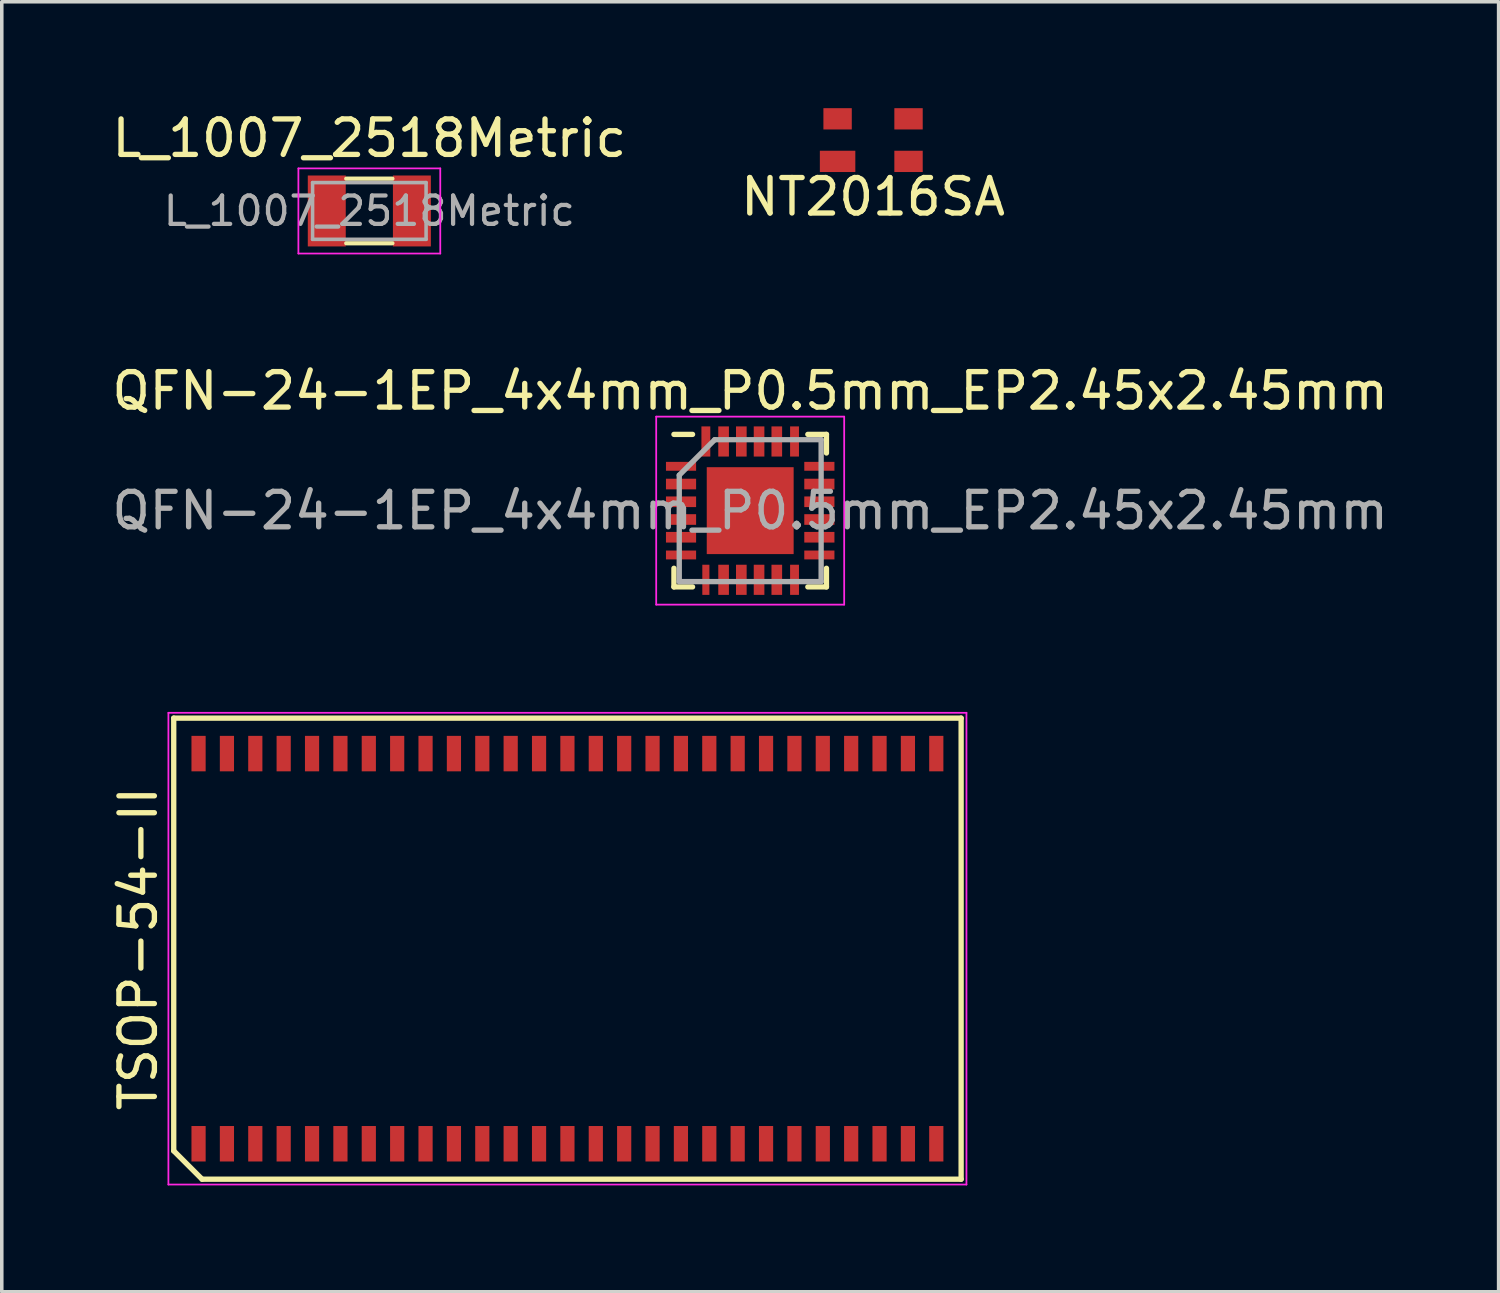
<source format=kicad_pcb>
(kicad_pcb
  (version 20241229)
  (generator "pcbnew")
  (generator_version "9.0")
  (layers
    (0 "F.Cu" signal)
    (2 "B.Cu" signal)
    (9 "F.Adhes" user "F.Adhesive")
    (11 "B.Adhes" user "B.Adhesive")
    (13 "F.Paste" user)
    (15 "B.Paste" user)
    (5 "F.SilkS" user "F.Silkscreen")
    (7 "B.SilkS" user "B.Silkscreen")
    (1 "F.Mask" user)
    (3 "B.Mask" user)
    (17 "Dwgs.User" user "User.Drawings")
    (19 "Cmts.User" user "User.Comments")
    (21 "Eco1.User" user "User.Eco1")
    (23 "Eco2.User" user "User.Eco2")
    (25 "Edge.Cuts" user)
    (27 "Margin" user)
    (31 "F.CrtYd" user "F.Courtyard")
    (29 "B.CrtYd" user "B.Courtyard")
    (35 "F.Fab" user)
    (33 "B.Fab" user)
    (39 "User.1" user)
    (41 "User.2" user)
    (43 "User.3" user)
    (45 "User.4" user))
  (footprint "L_1007_2518Metric"
    (layer "F.Cu")
    (at 7.363 2.898)
    (property "Reference" "L_1007_2518Metric" (at 0 -2.05 0) (layer "F.SilkS") (effects (font (size 1 1) (thickness 0.15))))
    (attr smd)
    (fp_line (start -0.65 -0.91) (end 0.65 -0.91) (stroke (width 0.12) (type solid)) (layer "F.SilkS"))
    (fp_line (start -0.65 0.91) (end 0.65 0.91) (stroke (width 0.12) (type solid)) (layer "F.SilkS"))
    (fp_line (start -2 -1.2) (end 2 -1.2) (stroke (width 0.05) (type solid)) (layer "F.CrtYd"))
    (fp_line (start -2 1.2) (end -2 -1.2) (stroke (width 0.05) (type solid)) (layer "F.CrtYd"))
    (fp_line (start 2 -1.2) (end 2 1.2) (stroke (width 0.05) (type solid)) (layer "F.CrtYd"))
    (fp_line (start 2 1.2) (end -2 1.2) (stroke (width 0.05) (type solid)) (layer "F.CrtYd"))
    (fp_line (start -1.6 -0.8) (end 1.6 -0.8) (stroke (width 0.1) (type solid)) (layer "F.Fab"))
    (fp_line (start -1.6 0.8) (end -1.6 -0.8) (stroke (width 0.1) (type solid)) (layer "F.Fab"))
    (fp_line (start 1.6 -0.8) (end 1.6 0.8) (stroke (width 0.1) (type solid)) (layer "F.Fab"))
    (fp_line (start 1.6 0.8) (end -1.6 0.8) (stroke (width 0.1) (type solid)) (layer "F.Fab"))
    (fp_text user "${REFERENCE}" (at 0 0 0) (layer "F.Fab") (effects (font (size 0.8 0.8) (thickness 0.12))))
    (pad "1" smd rect (at -1.2 0) (size 1.07 2) (layers "F.Cu" "F.Mask" "F.Paste"))
    (pad "2" smd rect (at 1.2 0) (size 1.07 2) (layers "F.Cu" "F.Mask" "F.Paste")))
  (footprint "QFN-24-1EP_4x4mm_P0.5mm_EP2.45x2.45mm"
    (layer "F.Cu")
    (at 18.101 11.347)
    (property "Reference" "QFN-24-1EP_4x4mm_P0.5mm_EP2.45x2.45mm" (at 0 -3.375 0) (layer "F.SilkS") (effects (font (size 1 1) (thickness 0.15))))
    (attr smd)
    (fp_line (start -2.15 -2.15) (end -1.625 -2.15) (stroke (width 0.15) (type solid)) (layer "F.SilkS"))
    (fp_line (start -2.15 2.15) (end -2.15 1.625) (stroke (width 0.15) (type solid)) (layer "F.SilkS"))
    (fp_line (start -2.15 2.15) (end -1.625 2.15) (stroke (width 0.15) (type solid)) (layer "F.SilkS"))
    (fp_line (start 2.15 -2.15) (end 1.625 -2.15) (stroke (width 0.15) (type solid)) (layer "F.SilkS"))
    (fp_line (start 2.15 -2.15) (end 2.15 -1.625) (stroke (width 0.15) (type solid)) (layer "F.SilkS"))
    (fp_line (start 2.15 2.15) (end 1.625 2.15) (stroke (width 0.15) (type solid)) (layer "F.SilkS"))
    (fp_line (start 2.15 2.15) (end 2.15 1.625) (stroke (width 0.15) (type solid)) (layer "F.SilkS"))
    (fp_line (start -2.65 -2.65) (end -2.65 2.65) (stroke (width 0.05) (type solid)) (layer "F.CrtYd"))
    (fp_line (start -2.65 -2.65) (end 2.65 -2.65) (stroke (width 0.05) (type solid)) (layer "F.CrtYd"))
    (fp_line (start -2.65 2.65) (end 2.65 2.65) (stroke (width 0.05) (type solid)) (layer "F.CrtYd"))
    (fp_line (start 2.65 -2.65) (end 2.65 2.65) (stroke (width 0.05) (type solid)) (layer "F.CrtYd"))
    (fp_line (start -2 -1) (end -1 -2) (stroke (width 0.15) (type solid)) (layer "F.Fab"))
    (fp_line (start -2 2) (end -2 -1) (stroke (width 0.15) (type solid)) (layer "F.Fab"))
    (fp_line (start -1 -2) (end 2 -2) (stroke (width 0.15) (type solid)) (layer "F.Fab"))
    (fp_line (start 2 -2) (end 2 2) (stroke (width 0.15) (type solid)) (layer "F.Fab"))
    (fp_line (start 2 2) (end -2 2) (stroke (width 0.15) (type solid)) (layer "F.Fab"))
    (fp_text user "${REFERENCE}" (at 0 0 0) (layer "F.Fab") (effects (font (size 1 1) (thickness 0.15))))
    (pad "" smd rect (at -0.65 -0.65) (size 1.05 1.05) (layers "F.Paste"))
    (pad "" smd rect (at -0.65 0.65) (size 1.05 1.05) (layers "F.Paste"))
    (pad "" smd rect (at 0.65 -0.65) (size 1.05 1.05) (layers "F.Paste"))
    (pad "" smd rect (at 0.65 0.65) (size 1.05 1.05) (layers "F.Paste"))
    (pad "1" smd rect (at -1.95 -1.25) (size 0.85 0.25) (layers "F.Cu" "F.Mask" "F.Paste"))
    (pad "2" smd rect (at -1.95 -0.75) (size 0.85 0.3) (layers "F.Cu" "F.Mask" "F.Paste"))
    (pad "3" smd rect (at -1.95 -0.25) (size 0.85 0.3) (layers "F.Cu" "F.Mask" "F.Paste"))
    (pad "4" smd rect (at -1.95 0.25) (size 0.85 0.3) (layers "F.Cu" "F.Mask" "F.Paste"))
    (pad "5" smd rect (at -1.95 0.75) (size 0.85 0.3) (layers "F.Cu" "F.Mask" "F.Paste"))
    (pad "6" smd rect (at -1.95 1.25) (size 0.85 0.25) (layers "F.Cu" "F.Mask" "F.Paste"))
    (pad "7" smd rect (at -1.25 1.95 90) (size 0.85 0.2) (layers "F.Cu" "F.Mask" "F.Paste"))
    (pad "8" smd rect (at -0.75 1.95 90) (size 0.85 0.3) (layers "F.Cu" "F.Mask" "F.Paste"))
    (pad "9" smd rect (at -0.25 1.95 90) (size 0.85 0.3) (layers "F.Cu" "F.Mask" "F.Paste"))
    (pad "10" smd rect (at 0.25 1.95 90) (size 0.85 0.3) (layers "F.Cu" "F.Mask" "F.Paste"))
    (pad "11" smd rect (at 0.75 1.95 90) (size 0.85 0.3) (layers "F.Cu" "F.Mask" "F.Paste"))
    (pad "12" smd rect (at 1.25 1.95 90) (size 0.85 0.25) (layers "F.Cu" "F.Mask" "F.Paste"))
    (pad "13" smd rect (at 1.95 1.25) (size 0.85 0.25) (layers "F.Cu" "F.Mask" "F.Paste"))
    (pad "14" smd rect (at 1.95 0.75) (size 0.85 0.3) (layers "F.Cu" "F.Mask" "F.Paste"))
    (pad "15" smd rect (at 1.95 0.25) (size 0.85 0.3) (layers "F.Cu" "F.Mask" "F.Paste"))
    (pad "16" smd rect (at 1.95 -0.25) (size 0.85 0.3) (layers "F.Cu" "F.Mask" "F.Paste"))
    (pad "17" smd rect (at 1.95 -0.75) (size 0.85 0.3) (layers "F.Cu" "F.Mask" "F.Paste"))
    (pad "18" smd rect (at 1.95 -1.25) (size 0.85 0.25) (layers "F.Cu" "F.Mask" "F.Paste"))
    (pad "19" smd rect (at 1.25 -1.95 90) (size 0.85 0.25) (layers "F.Cu" "F.Mask" "F.Paste"))
    (pad "20" smd rect (at 0.75 -1.95 90) (size 0.85 0.3) (layers "F.Cu" "F.Mask" "F.Paste"))
    (pad "21" smd rect (at 0.25 -1.95 90) (size 0.85 0.3) (layers "F.Cu" "F.Mask" "F.Paste"))
    (pad "22" smd rect (at -0.25 -1.95 90) (size 0.85 0.3) (layers "F.Cu" "F.Mask" "F.Paste"))
    (pad "23" smd rect (at -0.75 -1.95 90) (size 0.85 0.3) (layers "F.Cu" "F.Mask" "F.Paste"))
    (pad "24" smd rect (at -1.25 -1.95 90) (size 0.85 0.25) (layers "F.Cu" "F.Mask" "F.Paste"))
    (pad "25" smd rect (at 0 0) (size 2.45 2.45) (layers "F.Cu" "F.Mask")))
  (footprint "TSOP-54-II"
    (layer "F.Cu")
    (at 12.948 23.697)
    (property "Reference" "TSOP-54-II" (at -12.1 0 90) (layer "F.SilkS") (effects (font (size 1 1) (thickness 0.15))))
    (attr smd)
    (fp_line (start -11.1 -6.5) (end 11.1 -6.5) (stroke (width 0.15) (type solid)) (layer "F.SilkS"))
    (fp_line (start -11.1 5.7) (end -11.1 -6.5) (stroke (width 0.15) (type solid)) (layer "F.SilkS"))
    (fp_line (start -10.3 6.5) (end -11.1 5.7) (stroke (width 0.15) (type solid)) (layer "F.SilkS"))
    (fp_line (start 11.1 -6.5) (end 11.1 6.5) (stroke (width 0.15) (type solid)) (layer "F.SilkS"))
    (fp_line (start 11.1 6.5) (end -10.3 6.5) (stroke (width 0.15) (type solid)) (layer "F.SilkS"))
    (fp_line (start -11.25 -6.65) (end 11.25 -6.65) (stroke (width 0.05) (type solid)) (layer "F.CrtYd"))
    (fp_line (start -11.25 6.65) (end -11.25 -6.65) (stroke (width 0.05) (type solid)) (layer "F.CrtYd"))
    (fp_line (start 11.25 -6.65) (end 11.25 6.65) (stroke (width 0.05) (type solid)) (layer "F.CrtYd"))
    (fp_line (start 11.25 6.65) (end -11.25 6.65) (stroke (width 0.05) (type solid)) (layer "F.CrtYd"))
    (pad "1" smd rect (at -10.4 5.5) (size 0.4 1) (layers "F.Cu" "F.Mask" "F.Paste"))
    (pad "2" smd rect (at -9.6 5.5) (size 0.4 1) (layers "F.Cu" "F.Mask" "F.Paste"))
    (pad "3" smd rect (at -8.8 5.5) (size 0.4 1) (layers "F.Cu" "F.Mask" "F.Paste"))
    (pad "4" smd rect (at -8 5.5) (size 0.4 1) (layers "F.Cu" "F.Mask" "F.Paste"))
    (pad "5" smd rect (at -7.2 5.5) (size 0.4 1) (layers "F.Cu" "F.Mask" "F.Paste"))
    (pad "6" smd rect (at -6.4 5.5) (size 0.4 1) (layers "F.Cu" "F.Mask" "F.Paste"))
    (pad "7" smd rect (at -5.6 5.5) (size 0.4 1) (layers "F.Cu" "F.Mask" "F.Paste"))
    (pad "8" smd rect (at -4.8 5.5) (size 0.4 1) (layers "F.Cu" "F.Mask" "F.Paste"))
    (pad "9" smd rect (at -4 5.5) (size 0.4 1) (layers "F.Cu" "F.Mask" "F.Paste"))
    (pad "10" smd rect (at -3.2 5.5) (size 0.4 1) (layers "F.Cu" "F.Mask" "F.Paste"))
    (pad "11" smd rect (at -2.4 5.5) (size 0.4 1) (layers "F.Cu" "F.Mask" "F.Paste"))
    (pad "12" smd rect (at -1.6 5.5) (size 0.4 1) (layers "F.Cu" "F.Mask" "F.Paste"))
    (pad "13" smd rect (at -0.8 5.5) (size 0.4 1) (layers "F.Cu" "F.Mask" "F.Paste"))
    (pad "14" smd rect (at 0 5.5) (size 0.4 1) (layers "F.Cu" "F.Mask" "F.Paste"))
    (pad "15" smd rect (at 0.8 5.5) (size 0.4 1) (layers "F.Cu" "F.Mask" "F.Paste"))
    (pad "16" smd rect (at 1.6 5.5) (size 0.4 1) (layers "F.Cu" "F.Mask" "F.Paste"))
    (pad "17" smd rect (at 2.4 5.5) (size 0.4 1) (layers "F.Cu" "F.Mask" "F.Paste"))
    (pad "18" smd rect (at 3.2 5.5) (size 0.4 1) (layers "F.Cu" "F.Mask" "F.Paste"))
    (pad "19" smd rect (at 4 5.5) (size 0.4 1) (layers "F.Cu" "F.Mask" "F.Paste"))
    (pad "20" smd rect (at 4.8 5.5) (size 0.4 1) (layers "F.Cu" "F.Mask" "F.Paste"))
    (pad "21" smd rect (at 5.6 5.5) (size 0.4 1) (layers "F.Cu" "F.Mask" "F.Paste"))
    (pad "22" smd rect (at 6.4 5.5) (size 0.4 1) (layers "F.Cu" "F.Mask" "F.Paste"))
    (pad "23" smd rect (at 7.2 5.5) (size 0.4 1) (layers "F.Cu" "F.Mask" "F.Paste"))
    (pad "24" smd rect (at 8 5.5) (size 0.4 1) (layers "F.Cu" "F.Mask" "F.Paste"))
    (pad "25" smd rect (at 8.8 5.5) (size 0.4 1) (layers "F.Cu" "F.Mask" "F.Paste"))
    (pad "26" smd rect (at 9.6 5.5) (size 0.4 1) (layers "F.Cu" "F.Mask" "F.Paste"))
    (pad "27" smd rect (at 10.4 5.5) (size 0.4 1) (layers "F.Cu" "F.Mask" "F.Paste"))
    (pad "28" smd rect (at 10.4 -5.5) (size 0.4 1) (layers "F.Cu" "F.Mask" "F.Paste"))
    (pad "29" smd rect (at 9.6 -5.5) (size 0.4 1) (layers "F.Cu" "F.Mask" "F.Paste"))
    (pad "30" smd rect (at 8.8 -5.5) (size 0.4 1) (layers "F.Cu" "F.Mask" "F.Paste"))
    (pad "31" smd rect (at 8 -5.5) (size 0.4 1) (layers "F.Cu" "F.Mask" "F.Paste"))
    (pad "32" smd rect (at 7.2 -5.5) (size 0.4 1) (layers "F.Cu" "F.Mask" "F.Paste"))
    (pad "33" smd rect (at 6.4 -5.5) (size 0.4 1) (layers "F.Cu" "F.Mask" "F.Paste"))
    (pad "34" smd rect (at 5.6 -5.5) (size 0.4 1) (layers "F.Cu" "F.Mask" "F.Paste"))
    (pad "35" smd rect (at 4.8 -5.5) (size 0.4 1) (layers "F.Cu" "F.Mask" "F.Paste"))
    (pad "36" smd rect (at 4 -5.5) (size 0.4 1) (layers "F.Cu" "F.Mask" "F.Paste"))
    (pad "37" smd rect (at 3.2 -5.5) (size 0.4 1) (layers "F.Cu" "F.Mask" "F.Paste"))
    (pad "38" smd rect (at 2.4 -5.5) (size 0.4 1) (layers "F.Cu" "F.Mask" "F.Paste"))
    (pad "39" smd rect (at 1.6 -5.5) (size 0.4 1) (layers "F.Cu" "F.Mask" "F.Paste"))
    (pad "40" smd rect (at 0.8 -5.5) (size 0.4 1) (layers "F.Cu" "F.Mask" "F.Paste"))
    (pad "41" smd rect (at 0 -5.5) (size 0.4 1) (layers "F.Cu" "F.Mask" "F.Paste"))
    (pad "42" smd rect (at -0.8 -5.5) (size 0.4 1) (layers "F.Cu" "F.Mask" "F.Paste"))
    (pad "43" smd rect (at -1.6 -5.5) (size 0.4 1) (layers "F.Cu" "F.Mask" "F.Paste"))
    (pad "44" smd rect (at -2.4 -5.5) (size 0.4 1) (layers "F.Cu" "F.Mask" "F.Paste"))
    (pad "45" smd rect (at -3.2 -5.5) (size 0.4 1) (layers "F.Cu" "F.Mask" "F.Paste"))
    (pad "46" smd rect (at -4 -5.5) (size 0.4 1) (layers "F.Cu" "F.Mask" "F.Paste"))
    (pad "47" smd rect (at -4.8 -5.5) (size 0.4 1) (layers "F.Cu" "F.Mask" "F.Paste"))
    (pad "48" smd rect (at -5.6 -5.5) (size 0.4 1) (layers "F.Cu" "F.Mask" "F.Paste"))
    (pad "49" smd rect (at -6.4 -5.5) (size 0.4 1) (layers "F.Cu" "F.Mask" "F.Paste"))
    (pad "50" smd rect (at -7.2 -5.5) (size 0.4 1) (layers "F.Cu" "F.Mask" "F.Paste"))
    (pad "51" smd rect (at -8 -5.5) (size 0.4 1) (layers "F.Cu" "F.Mask" "F.Paste"))
    (pad "52" smd rect (at -8.8 -5.5) (size 0.4 1) (layers "F.Cu" "F.Mask" "F.Paste"))
    (pad "53" smd rect (at -9.6 -5.5) (size 0.4 1) (layers "F.Cu" "F.Mask" "F.Paste"))
    (pad "54" smd rect (at -10.4 -5.5) (size 0.4 1) (layers "F.Cu" "F.Mask" "F.Paste")))
  (footprint "NT2016SA"
    (layer "F.Cu")
    (at 21.565 0.9)
    (property "Reference" "NT2016SA" (at 0 1.6 0) (layer "F.SilkS") (effects (font (size 1 1) (thickness 0.15))))
    (attr through_hole)
    (pad "1" smd rect (at -1 0.6) (size 1 0.6) (layers "F.Cu" "F.Mask" "F.Paste"))
    (pad "2" smd rect (at 1 0.6) (size 0.8 0.6) (layers "F.Cu" "F.Mask" "F.Paste"))
    (pad "3" smd rect (at 1 -0.6) (size 0.8 0.6) (layers "F.Cu" "F.Mask" "F.Paste"))
    (pad "4" smd rect (at -1 -0.6) (size 0.8 0.6) (layers "F.Cu" "F.Mask" "F.Paste")))
  (gr_rect
    (start -3 -3)
    (end 39.202 33.371)
    (stroke (width 0.1) (type default))
    (fill no)
    (layer "Edge.Cuts")))
</source>
